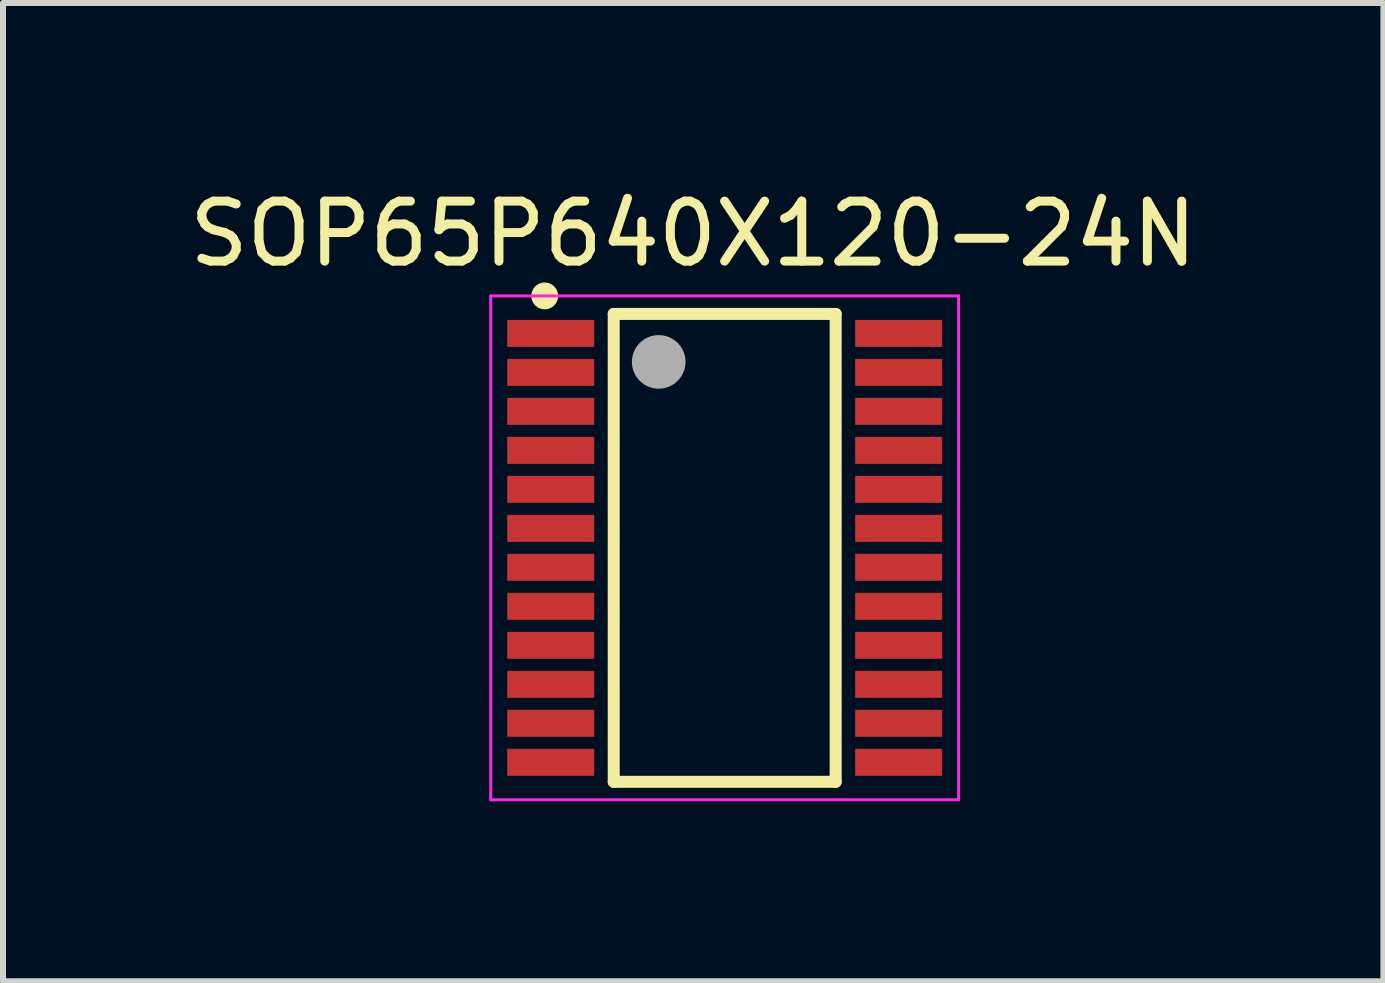
<source format=kicad_pcb>
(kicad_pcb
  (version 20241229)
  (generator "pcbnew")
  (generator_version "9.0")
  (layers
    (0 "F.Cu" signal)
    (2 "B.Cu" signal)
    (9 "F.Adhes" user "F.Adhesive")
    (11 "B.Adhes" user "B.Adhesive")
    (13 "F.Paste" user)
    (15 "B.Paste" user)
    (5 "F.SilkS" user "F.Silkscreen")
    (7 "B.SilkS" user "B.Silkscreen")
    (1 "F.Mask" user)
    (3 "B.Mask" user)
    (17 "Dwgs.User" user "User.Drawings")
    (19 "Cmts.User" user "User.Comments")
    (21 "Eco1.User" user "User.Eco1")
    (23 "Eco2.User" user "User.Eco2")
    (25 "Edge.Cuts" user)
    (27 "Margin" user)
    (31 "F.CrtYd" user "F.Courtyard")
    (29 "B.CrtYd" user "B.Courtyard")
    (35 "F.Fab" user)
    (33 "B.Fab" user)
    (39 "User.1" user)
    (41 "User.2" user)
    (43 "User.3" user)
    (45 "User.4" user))
  (footprint "SOP65P640X120-24N"
    (layer "F.Cu")
    (at 9.031 6.083)
    (property "Reference" "SOP65P640X120-24N" (at -0.525 -5.235 0) (layer "F.SilkS") (effects (font (size 1 1) (thickness 0.15))))
    (attr smd)
    (fp_line (start -1.85 -3.9) (end 1.85 -3.9) (stroke (width 0.2) (type solid)) (layer "F.SilkS"))
    (fp_line (start -1.85 3.9) (end -1.85 -3.9) (stroke (width 0.2) (type solid)) (layer "F.SilkS"))
    (fp_line (start 1.85 -3.9) (end 1.85 3.9) (stroke (width 0.2) (type solid)) (layer "F.SilkS"))
    (fp_line (start 1.85 3.9) (end -1.85 3.9) (stroke (width 0.2) (type solid)) (layer "F.SilkS"))
    (fp_circle (center -3 -4.2) (end -2.859 -4.2) (stroke (width 0) (type solid)) (fill yes) (layer "F.SilkS"))
    (fp_circle (center -3 -4.2) (end -2.859 -4.2) (stroke (width 0) (type solid)) (fill yes) (layer "F.SilkS"))
    (fp_circle (center -3 -4.2) (end -2.776 -4.2) (stroke (width 0) (type solid)) (fill yes) (layer "F.SilkS"))
    (fp_line (start -3.9 -4.2) (end 3.9 -4.2) (stroke (width 0.05) (type solid)) (layer "F.CrtYd"))
    (fp_line (start -3.9 4.2) (end -3.9 -4.2) (stroke (width 0.05) (type solid)) (layer "F.CrtYd"))
    (fp_line (start 3.9 -4.2) (end 3.9 4.2) (stroke (width 0.05) (type solid)) (layer "F.CrtYd"))
    (fp_line (start 3.9 4.2) (end -3.9 4.2) (stroke (width 0.05) (type solid)) (layer "F.CrtYd"))
    (fp_circle (center -1.1 -3.1) (end -0.653 -3.1) (stroke (width 0) (type solid)) (fill yes) (layer "F.Fab"))
    (pad "1" smd rect (at -2.9 -3.575) (size 1.45 0.45) (layers "F.Cu" "F.Mask" "F.Paste"))
    (pad "2" smd rect (at -2.9 -2.925) (size 1.45 0.45) (layers "F.Cu" "F.Mask" "F.Paste"))
    (pad "3" smd rect (at -2.9 -2.275) (size 1.45 0.45) (layers "F.Cu" "F.Mask" "F.Paste"))
    (pad "4" smd rect (at -2.9 -1.625) (size 1.45 0.45) (layers "F.Cu" "F.Mask" "F.Paste"))
    (pad "5" smd rect (at -2.9 -0.975) (size 1.45 0.45) (layers "F.Cu" "F.Mask" "F.Paste"))
    (pad "6" smd rect (at -2.9 -0.325) (size 1.45 0.45) (layers "F.Cu" "F.Mask" "F.Paste"))
    (pad "7" smd rect (at -2.9 0.325) (size 1.45 0.45) (layers "F.Cu" "F.Mask" "F.Paste"))
    (pad "8" smd rect (at -2.9 0.975) (size 1.45 0.45) (layers "F.Cu" "F.Mask" "F.Paste"))
    (pad "9" smd rect (at -2.9 1.625) (size 1.45 0.45) (layers "F.Cu" "F.Mask" "F.Paste"))
    (pad "10" smd rect (at -2.9 2.275) (size 1.45 0.45) (layers "F.Cu" "F.Mask" "F.Paste"))
    (pad "11" smd rect (at -2.9 2.925) (size 1.45 0.45) (layers "F.Cu" "F.Mask" "F.Paste"))
    (pad "12" smd rect (at -2.9 3.575) (size 1.45 0.45) (layers "F.Cu" "F.Mask" "F.Paste"))
    (pad "13" smd rect (at 2.9 3.575) (size 1.45 0.45) (layers "F.Cu" "F.Mask" "F.Paste"))
    (pad "14" smd rect (at 2.9 2.925) (size 1.45 0.45) (layers "F.Cu" "F.Mask" "F.Paste"))
    (pad "15" smd rect (at 2.9 2.275) (size 1.45 0.45) (layers "F.Cu" "F.Mask" "F.Paste"))
    (pad "16" smd rect (at 2.9 1.625) (size 1.45 0.45) (layers "F.Cu" "F.Mask" "F.Paste"))
    (pad "17" smd rect (at 2.9 0.975) (size 1.45 0.45) (layers "F.Cu" "F.Mask" "F.Paste"))
    (pad "18" smd rect (at 2.9 0.325) (size 1.45 0.45) (layers "F.Cu" "F.Mask" "F.Paste"))
    (pad "19" smd rect (at 2.9 -0.325) (size 1.45 0.45) (layers "F.Cu" "F.Mask" "F.Paste"))
    (pad "20" smd rect (at 2.9 -0.975) (size 1.45 0.45) (layers "F.Cu" "F.Mask" "F.Paste"))
    (pad "21" smd rect (at 2.9 -1.625) (size 1.45 0.45) (layers "F.Cu" "F.Mask" "F.Paste"))
    (pad "22" smd rect (at 2.9 -2.275) (size 1.45 0.45) (layers "F.Cu" "F.Mask" "F.Paste"))
    (pad "23" smd rect (at 2.9 -2.925) (size 1.45 0.45) (layers "F.Cu" "F.Mask" "F.Paste"))
    (pad "24" smd rect (at 2.9 -3.575) (size 1.45 0.45) (layers "F.Cu" "F.Mask" "F.Paste")))
  (gr_rect
    (start -3 -3)
    (end 20.012 13.308)
    (stroke (width 0.1) (type default))
    (fill no)
    (layer "Edge.Cuts")))
</source>
